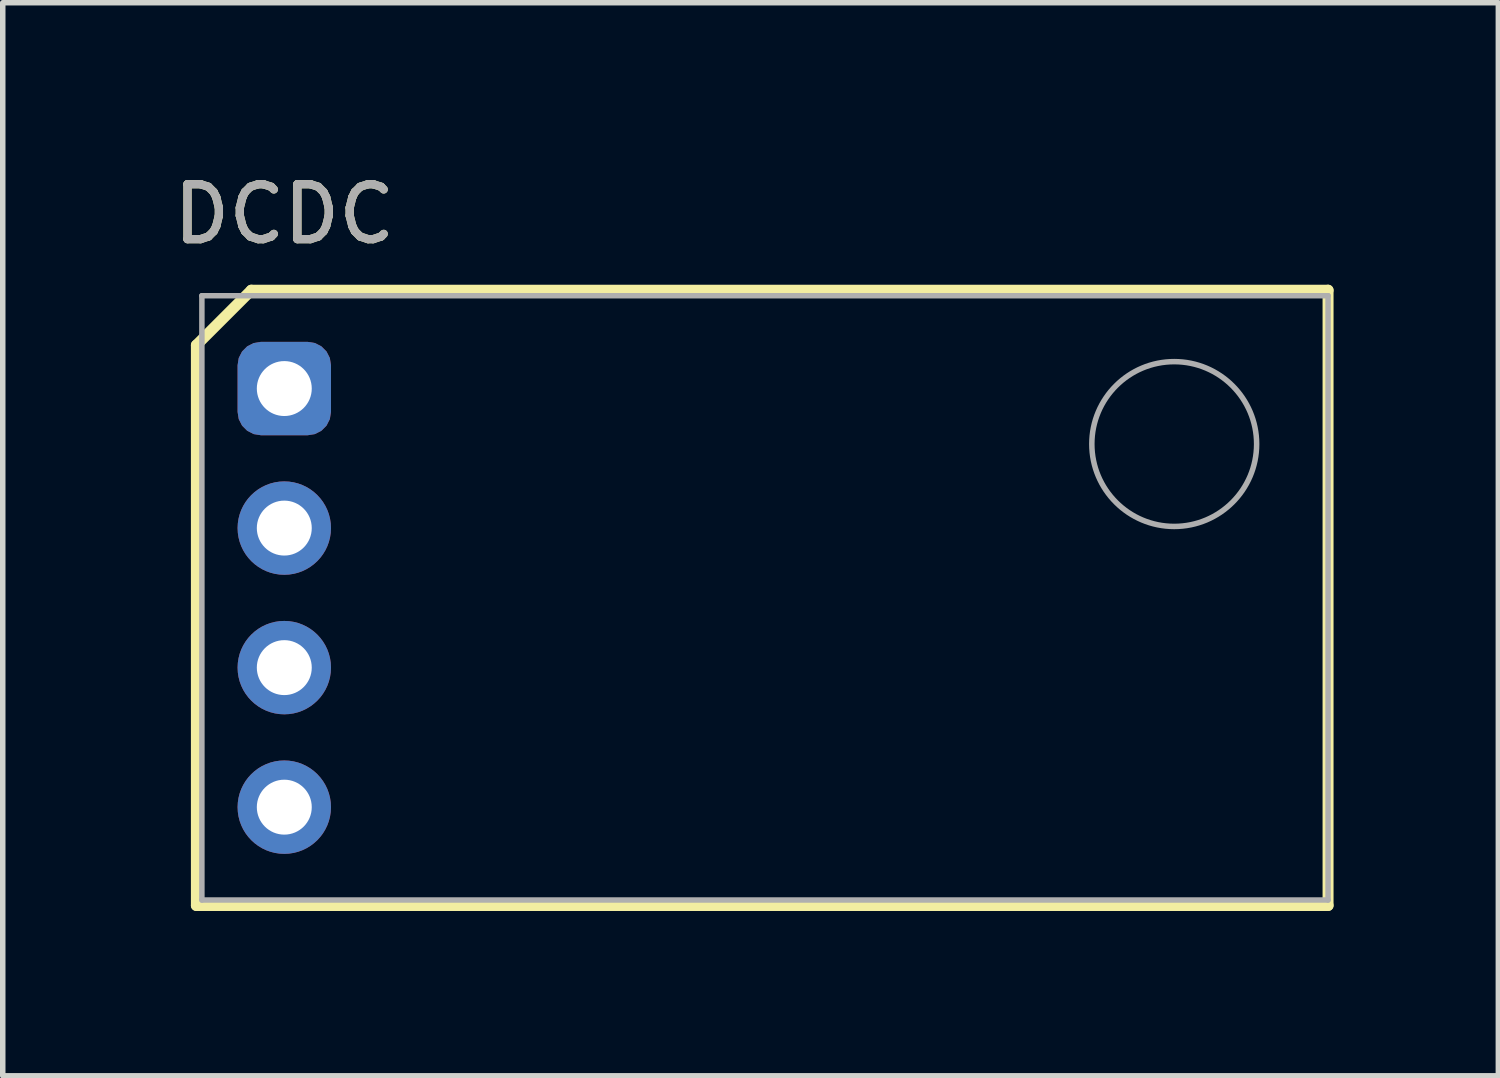
<source format=kicad_pcb>
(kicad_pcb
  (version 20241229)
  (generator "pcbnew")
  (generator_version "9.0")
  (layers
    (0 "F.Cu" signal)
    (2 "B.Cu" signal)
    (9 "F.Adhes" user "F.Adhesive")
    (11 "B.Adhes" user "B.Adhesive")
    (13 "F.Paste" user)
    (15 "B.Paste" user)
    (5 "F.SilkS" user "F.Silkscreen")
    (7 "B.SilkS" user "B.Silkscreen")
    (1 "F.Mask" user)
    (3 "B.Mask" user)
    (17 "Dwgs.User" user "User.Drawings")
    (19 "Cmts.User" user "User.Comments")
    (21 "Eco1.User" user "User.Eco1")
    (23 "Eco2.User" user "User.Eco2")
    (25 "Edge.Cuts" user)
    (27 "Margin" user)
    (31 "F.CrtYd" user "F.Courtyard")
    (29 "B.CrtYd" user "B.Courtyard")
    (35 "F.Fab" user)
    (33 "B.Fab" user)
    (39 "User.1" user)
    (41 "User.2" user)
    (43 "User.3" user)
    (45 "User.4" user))
  (footprint "DCDC"
    (layer "F.Cu")
    (at 2.125 4.023)
    (property "Reference" "DCDC" (at 0 -3.175 0) (unlocked yes) (layer "F.SilkS") (effects (font (size 1 1) (thickness 0.15))))
    (attr smd)
    (fp_line (start -1.6 -0.79) (end -1.6 9.41) (stroke (width 0.2) (type solid)) (layer "F.SilkS"))
    (fp_line (start -1.6 9.41) (end 19 9.41) (stroke (width 0.2) (type solid)) (layer "F.SilkS"))
    (fp_line (start -0.6 -1.79) (end -1.6 -0.79) (stroke (width 0.2) (type solid)) (layer "F.SilkS"))
    (fp_line (start 19 -1.79) (end -0.6 -1.79) (stroke (width 0.2) (type solid)) (layer "F.SilkS"))
    (fp_line (start 19 9.41) (end 19 -1.79) (stroke (width 0.2) (type solid)) (layer "F.SilkS"))
    (fp_line (start -1.5 -1.69) (end -1.5 9.31) (stroke (width 0.1) (type solid)) (layer "F.Fab"))
    (fp_line (start -1.5 9.31) (end 19 9.31) (stroke (width 0.1) (type solid)) (layer "F.Fab"))
    (fp_line (start 19 -1.69) (end -1.5 -1.69) (stroke (width 0.1) (type solid)) (layer "F.Fab"))
    (fp_line (start 19 9.31) (end 19 -1.69) (stroke (width 0.1) (type solid)) (layer "F.Fab"))
    (fp_circle (center 16.2 1.01) (end 17.7 1.01) (stroke (width 0.1) (type solid)) (fill no) (layer "F.Fab"))
    (fp_text user "${REFERENCE}" (at 0 -3.175 0) (unlocked yes) (layer "F.Fab") (effects (font (size 1 1) (thickness 0.15))))
    (pad "1" thru_hole roundrect (at 0 0) (size 1.7 1.7) (drill 1) (layers "*.Cu" "*.Mask") (roundrect_rratio 0.25))
    (pad "2" thru_hole circle (at 0 2.54) (size 1.7 1.7) (drill 1) (layers "*.Cu" "*.Mask"))
    (pad "3" thru_hole circle (at 0 5.08) (size 1.7 1.7) (drill 1) (layers "*.Cu" "*.Mask"))
    (pad "4" thru_hole circle (at 0 7.62) (size 1.7 1.7) (drill 1) (layers "*.Cu" "*.Mask")))
  (gr_rect
    (start -3 -3)
    (end 24.225 16.533)
    (stroke (width 0.1) (type default))
    (fill no)
    (layer "Edge.Cuts")))
</source>
